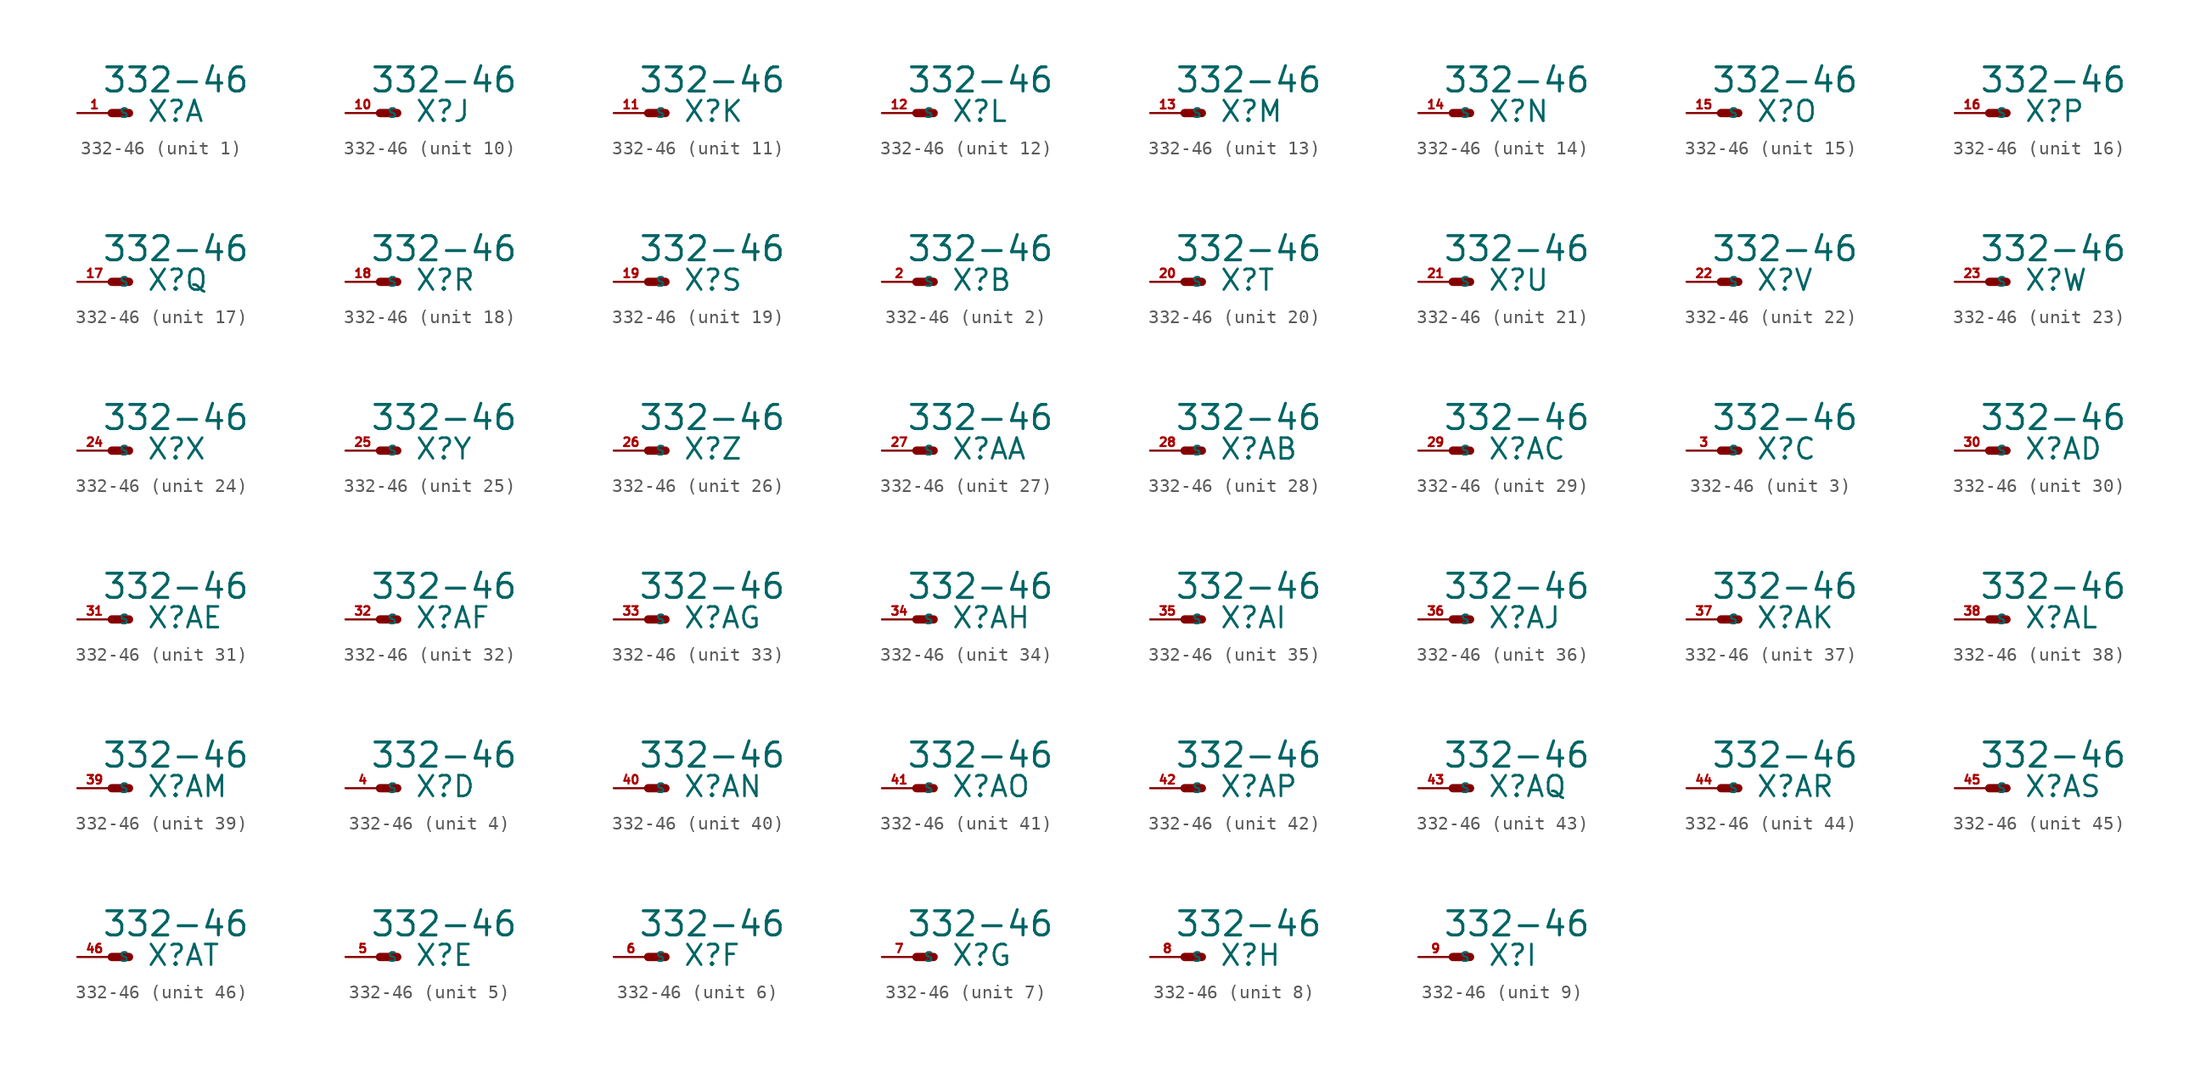
<source format=kicad_sym>
(kicad_symbol_lib
  (version 20220914)
  (generator Eagle2Kicad)
  (symbol "332-46"
    (property "Reference" "X"
      (at 2.54 -0.762 0)
      (effects (font (size 1.524 1.524) (thickness 0.19)) (justify left bottom)))
    (property "Value" "332-46"
      (at -0.762 1.397 0)
      (effects (font (size 1.778 1.778) (thickness 0.22)) (justify left bottom)))
    (symbol "332-46_1_0"
      (polyline (pts (xy 1.27 0) (xy 0 0)) (stroke (width 0.61) (type default)) (fill (type none)))
      (pin passive line (at -2.54 0 0) (length 2.54) (name "S" (effects (font (size 0.635 0.635) (thickness 0.08)) (justify left bottom))) (number "1" (effects (font (size 0.635 0.635) (thickness 0.08)) (justify left bottom)))))
    (symbol "332-46_2_0"
      (polyline (pts (xy 1.27 0) (xy 0 0)) (stroke (width 0.61) (type default)) (fill (type none)))
      (pin passive line (at -2.54 0 0) (length 2.54) (name "S" (effects (font (size 0.635 0.635) (thickness 0.08)) (justify left bottom))) (number "2" (effects (font (size 0.635 0.635) (thickness 0.08)) (justify left bottom)))))
    (symbol "332-46_3_0"
      (polyline (pts (xy 1.27 0) (xy 0 0)) (stroke (width 0.61) (type default)) (fill (type none)))
      (pin passive line (at -2.54 0 0) (length 2.54) (name "S" (effects (font (size 0.635 0.635) (thickness 0.08)) (justify left bottom))) (number "3" (effects (font (size 0.635 0.635) (thickness 0.08)) (justify left bottom)))))
    (symbol "332-46_4_0"
      (polyline (pts (xy 1.27 0) (xy 0 0)) (stroke (width 0.61) (type default)) (fill (type none)))
      (pin passive line (at -2.54 0 0) (length 2.54) (name "S" (effects (font (size 0.635 0.635) (thickness 0.08)) (justify left bottom))) (number "4" (effects (font (size 0.635 0.635) (thickness 0.08)) (justify left bottom)))))
    (symbol "332-46_5_0"
      (polyline (pts (xy 1.27 0) (xy 0 0)) (stroke (width 0.61) (type default)) (fill (type none)))
      (pin passive line (at -2.54 0 0) (length 2.54) (name "S" (effects (font (size 0.635 0.635) (thickness 0.08)) (justify left bottom))) (number "5" (effects (font (size 0.635 0.635) (thickness 0.08)) (justify left bottom)))))
    (symbol "332-46_6_0"
      (polyline (pts (xy 1.27 0) (xy 0 0)) (stroke (width 0.61) (type default)) (fill (type none)))
      (pin passive line (at -2.54 0 0) (length 2.54) (name "S" (effects (font (size 0.635 0.635) (thickness 0.08)) (justify left bottom))) (number "6" (effects (font (size 0.635 0.635) (thickness 0.08)) (justify left bottom)))))
    (symbol "332-46_7_0"
      (polyline (pts (xy 1.27 0) (xy 0 0)) (stroke (width 0.61) (type default)) (fill (type none)))
      (pin passive line (at -2.54 0 0) (length 2.54) (name "S" (effects (font (size 0.635 0.635) (thickness 0.08)) (justify left bottom))) (number "7" (effects (font (size 0.635 0.635) (thickness 0.08)) (justify left bottom)))))
    (symbol "332-46_8_0"
      (polyline (pts (xy 1.27 0) (xy 0 0)) (stroke (width 0.61) (type default)) (fill (type none)))
      (pin passive line (at -2.54 0 0) (length 2.54) (name "S" (effects (font (size 0.635 0.635) (thickness 0.08)) (justify left bottom))) (number "8" (effects (font (size 0.635 0.635) (thickness 0.08)) (justify left bottom)))))
    (symbol "332-46_9_0"
      (polyline (pts (xy 1.27 0) (xy 0 0)) (stroke (width 0.61) (type default)) (fill (type none)))
      (pin passive line (at -2.54 0 0) (length 2.54) (name "S" (effects (font (size 0.635 0.635) (thickness 0.08)) (justify left bottom))) (number "9" (effects (font (size 0.635 0.635) (thickness 0.08)) (justify left bottom)))))
    (symbol "332-46_10_0"
      (polyline (pts (xy 1.27 0) (xy 0 0)) (stroke (width 0.61) (type default)) (fill (type none)))
      (pin passive line (at -2.54 0 0) (length 2.54) (name "S" (effects (font (size 0.635 0.635) (thickness 0.08)) (justify left bottom))) (number "10" (effects (font (size 0.635 0.635) (thickness 0.08)) (justify left bottom)))))
    (symbol "332-46_11_0"
      (polyline (pts (xy 1.27 0) (xy 0 0)) (stroke (width 0.61) (type default)) (fill (type none)))
      (pin passive line (at -2.54 0 0) (length 2.54) (name "S" (effects (font (size 0.635 0.635) (thickness 0.08)) (justify left bottom))) (number "11" (effects (font (size 0.635 0.635) (thickness 0.08)) (justify left bottom)))))
    (symbol "332-46_12_0"
      (polyline (pts (xy 1.27 0) (xy 0 0)) (stroke (width 0.61) (type default)) (fill (type none)))
      (pin passive line (at -2.54 0 0) (length 2.54) (name "S" (effects (font (size 0.635 0.635) (thickness 0.08)) (justify left bottom))) (number "12" (effects (font (size 0.635 0.635) (thickness 0.08)) (justify left bottom)))))
    (symbol "332-46_13_0"
      (polyline (pts (xy 1.27 0) (xy 0 0)) (stroke (width 0.61) (type default)) (fill (type none)))
      (pin passive line (at -2.54 0 0) (length 2.54) (name "S" (effects (font (size 0.635 0.635) (thickness 0.08)) (justify left bottom))) (number "13" (effects (font (size 0.635 0.635) (thickness 0.08)) (justify left bottom)))))
    (symbol "332-46_14_0"
      (polyline (pts (xy 1.27 0) (xy 0 0)) (stroke (width 0.61) (type default)) (fill (type none)))
      (pin passive line (at -2.54 0 0) (length 2.54) (name "S" (effects (font (size 0.635 0.635) (thickness 0.08)) (justify left bottom))) (number "14" (effects (font (size 0.635 0.635) (thickness 0.08)) (justify left bottom)))))
    (symbol "332-46_15_0"
      (polyline (pts (xy 1.27 0) (xy 0 0)) (stroke (width 0.61) (type default)) (fill (type none)))
      (pin passive line (at -2.54 0 0) (length 2.54) (name "S" (effects (font (size 0.635 0.635) (thickness 0.08)) (justify left bottom))) (number "15" (effects (font (size 0.635 0.635) (thickness 0.08)) (justify left bottom)))))
    (symbol "332-46_16_0"
      (polyline (pts (xy 1.27 0) (xy 0 0)) (stroke (width 0.61) (type default)) (fill (type none)))
      (pin passive line (at -2.54 0 0) (length 2.54) (name "S" (effects (font (size 0.635 0.635) (thickness 0.08)) (justify left bottom))) (number "16" (effects (font (size 0.635 0.635) (thickness 0.08)) (justify left bottom)))))
    (symbol "332-46_17_0"
      (polyline (pts (xy 1.27 0) (xy 0 0)) (stroke (width 0.61) (type default)) (fill (type none)))
      (pin passive line (at -2.54 0 0) (length 2.54) (name "S" (effects (font (size 0.635 0.635) (thickness 0.08)) (justify left bottom))) (number "17" (effects (font (size 0.635 0.635) (thickness 0.08)) (justify left bottom)))))
    (symbol "332-46_18_0"
      (polyline (pts (xy 1.27 0) (xy 0 0)) (stroke (width 0.61) (type default)) (fill (type none)))
      (pin passive line (at -2.54 0 0) (length 2.54) (name "S" (effects (font (size 0.635 0.635) (thickness 0.08)) (justify left bottom))) (number "18" (effects (font (size 0.635 0.635) (thickness 0.08)) (justify left bottom)))))
    (symbol "332-46_19_0"
      (polyline (pts (xy 1.27 0) (xy 0 0)) (stroke (width 0.61) (type default)) (fill (type none)))
      (pin passive line (at -2.54 0 0) (length 2.54) (name "S" (effects (font (size 0.635 0.635) (thickness 0.08)) (justify left bottom))) (number "19" (effects (font (size 0.635 0.635) (thickness 0.08)) (justify left bottom)))))
    (symbol "332-46_20_0"
      (polyline (pts (xy 1.27 0) (xy 0 0)) (stroke (width 0.61) (type default)) (fill (type none)))
      (pin passive line (at -2.54 0 0) (length 2.54) (name "S" (effects (font (size 0.635 0.635) (thickness 0.08)) (justify left bottom))) (number "20" (effects (font (size 0.635 0.635) (thickness 0.08)) (justify left bottom)))))
    (symbol "332-46_21_0"
      (polyline (pts (xy 1.27 0) (xy 0 0)) (stroke (width 0.61) (type default)) (fill (type none)))
      (pin passive line (at -2.54 0 0) (length 2.54) (name "S" (effects (font (size 0.635 0.635) (thickness 0.08)) (justify left bottom))) (number "21" (effects (font (size 0.635 0.635) (thickness 0.08)) (justify left bottom)))))
    (symbol "332-46_22_0"
      (polyline (pts (xy 1.27 0) (xy 0 0)) (stroke (width 0.61) (type default)) (fill (type none)))
      (pin passive line (at -2.54 0 0) (length 2.54) (name "S" (effects (font (size 0.635 0.635) (thickness 0.08)) (justify left bottom))) (number "22" (effects (font (size 0.635 0.635) (thickness 0.08)) (justify left bottom)))))
    (symbol "332-46_23_0"
      (polyline (pts (xy 1.27 0) (xy 0 0)) (stroke (width 0.61) (type default)) (fill (type none)))
      (pin passive line (at -2.54 0 0) (length 2.54) (name "S" (effects (font (size 0.635 0.635) (thickness 0.08)) (justify left bottom))) (number "23" (effects (font (size 0.635 0.635) (thickness 0.08)) (justify left bottom)))))
    (symbol "332-46_24_0"
      (polyline (pts (xy 1.27 0) (xy 0 0)) (stroke (width 0.61) (type default)) (fill (type none)))
      (pin passive line (at -2.54 0 0) (length 2.54) (name "S" (effects (font (size 0.635 0.635) (thickness 0.08)) (justify left bottom))) (number "24" (effects (font (size 0.635 0.635) (thickness 0.08)) (justify left bottom)))))
    (symbol "332-46_25_0"
      (polyline (pts (xy 1.27 0) (xy 0 0)) (stroke (width 0.61) (type default)) (fill (type none)))
      (pin passive line (at -2.54 0 0) (length 2.54) (name "S" (effects (font (size 0.635 0.635) (thickness 0.08)) (justify left bottom))) (number "25" (effects (font (size 0.635 0.635) (thickness 0.08)) (justify left bottom)))))
    (symbol "332-46_26_0"
      (polyline (pts (xy 1.27 0) (xy 0 0)) (stroke (width 0.61) (type default)) (fill (type none)))
      (pin passive line (at -2.54 0 0) (length 2.54) (name "S" (effects (font (size 0.635 0.635) (thickness 0.08)) (justify left bottom))) (number "26" (effects (font (size 0.635 0.635) (thickness 0.08)) (justify left bottom)))))
    (symbol "332-46_27_0"
      (polyline (pts (xy 1.27 0) (xy 0 0)) (stroke (width 0.61) (type default)) (fill (type none)))
      (pin passive line (at -2.54 0 0) (length 2.54) (name "S" (effects (font (size 0.635 0.635) (thickness 0.08)) (justify left bottom))) (number "27" (effects (font (size 0.635 0.635) (thickness 0.08)) (justify left bottom)))))
    (symbol "332-46_28_0"
      (polyline (pts (xy 1.27 0) (xy 0 0)) (stroke (width 0.61) (type default)) (fill (type none)))
      (pin passive line (at -2.54 0 0) (length 2.54) (name "S" (effects (font (size 0.635 0.635) (thickness 0.08)) (justify left bottom))) (number "28" (effects (font (size 0.635 0.635) (thickness 0.08)) (justify left bottom)))))
    (symbol "332-46_29_0"
      (polyline (pts (xy 1.27 0) (xy 0 0)) (stroke (width 0.61) (type default)) (fill (type none)))
      (pin passive line (at -2.54 0 0) (length 2.54) (name "S" (effects (font (size 0.635 0.635) (thickness 0.08)) (justify left bottom))) (number "29" (effects (font (size 0.635 0.635) (thickness 0.08)) (justify left bottom)))))
    (symbol "332-46_30_0"
      (polyline (pts (xy 1.27 0) (xy 0 0)) (stroke (width 0.61) (type default)) (fill (type none)))
      (pin passive line (at -2.54 0 0) (length 2.54) (name "S" (effects (font (size 0.635 0.635) (thickness 0.08)) (justify left bottom))) (number "30" (effects (font (size 0.635 0.635) (thickness 0.08)) (justify left bottom)))))
    (symbol "332-46_31_0"
      (polyline (pts (xy 1.27 0) (xy 0 0)) (stroke (width 0.61) (type default)) (fill (type none)))
      (pin passive line (at -2.54 0 0) (length 2.54) (name "S" (effects (font (size 0.635 0.635) (thickness 0.08)) (justify left bottom))) (number "31" (effects (font (size 0.635 0.635) (thickness 0.08)) (justify left bottom)))))
    (symbol "332-46_32_0"
      (polyline (pts (xy 1.27 0) (xy 0 0)) (stroke (width 0.61) (type default)) (fill (type none)))
      (pin passive line (at -2.54 0 0) (length 2.54) (name "S" (effects (font (size 0.635 0.635) (thickness 0.08)) (justify left bottom))) (number "32" (effects (font (size 0.635 0.635) (thickness 0.08)) (justify left bottom)))))
    (symbol "332-46_33_0"
      (polyline (pts (xy 1.27 0) (xy 0 0)) (stroke (width 0.61) (type default)) (fill (type none)))
      (pin passive line (at -2.54 0 0) (length 2.54) (name "S" (effects (font (size 0.635 0.635) (thickness 0.08)) (justify left bottom))) (number "33" (effects (font (size 0.635 0.635) (thickness 0.08)) (justify left bottom)))))
    (symbol "332-46_34_0"
      (polyline (pts (xy 1.27 0) (xy 0 0)) (stroke (width 0.61) (type default)) (fill (type none)))
      (pin passive line (at -2.54 0 0) (length 2.54) (name "S" (effects (font (size 0.635 0.635) (thickness 0.08)) (justify left bottom))) (number "34" (effects (font (size 0.635 0.635) (thickness 0.08)) (justify left bottom)))))
    (symbol "332-46_35_0"
      (polyline (pts (xy 1.27 0) (xy 0 0)) (stroke (width 0.61) (type default)) (fill (type none)))
      (pin passive line (at -2.54 0 0) (length 2.54) (name "S" (effects (font (size 0.635 0.635) (thickness 0.08)) (justify left bottom))) (number "35" (effects (font (size 0.635 0.635) (thickness 0.08)) (justify left bottom)))))
    (symbol "332-46_36_0"
      (polyline (pts (xy 1.27 0) (xy 0 0)) (stroke (width 0.61) (type default)) (fill (type none)))
      (pin passive line (at -2.54 0 0) (length 2.54) (name "S" (effects (font (size 0.635 0.635) (thickness 0.08)) (justify left bottom))) (number "36" (effects (font (size 0.635 0.635) (thickness 0.08)) (justify left bottom)))))
    (symbol "332-46_37_0"
      (polyline (pts (xy 1.27 0) (xy 0 0)) (stroke (width 0.61) (type default)) (fill (type none)))
      (pin passive line (at -2.54 0 0) (length 2.54) (name "S" (effects (font (size 0.635 0.635) (thickness 0.08)) (justify left bottom))) (number "37" (effects (font (size 0.635 0.635) (thickness 0.08)) (justify left bottom)))))
    (symbol "332-46_38_0"
      (polyline (pts (xy 1.27 0) (xy 0 0)) (stroke (width 0.61) (type default)) (fill (type none)))
      (pin passive line (at -2.54 0 0) (length 2.54) (name "S" (effects (font (size 0.635 0.635) (thickness 0.08)) (justify left bottom))) (number "38" (effects (font (size 0.635 0.635) (thickness 0.08)) (justify left bottom)))))
    (symbol "332-46_39_0"
      (polyline (pts (xy 1.27 0) (xy 0 0)) (stroke (width 0.61) (type default)) (fill (type none)))
      (pin passive line (at -2.54 0 0) (length 2.54) (name "S" (effects (font (size 0.635 0.635) (thickness 0.08)) (justify left bottom))) (number "39" (effects (font (size 0.635 0.635) (thickness 0.08)) (justify left bottom)))))
    (symbol "332-46_40_0"
      (polyline (pts (xy 1.27 0) (xy 0 0)) (stroke (width 0.61) (type default)) (fill (type none)))
      (pin passive line (at -2.54 0 0) (length 2.54) (name "S" (effects (font (size 0.635 0.635) (thickness 0.08)) (justify left bottom))) (number "40" (effects (font (size 0.635 0.635) (thickness 0.08)) (justify left bottom)))))
    (symbol "332-46_41_0"
      (polyline (pts (xy 1.27 0) (xy 0 0)) (stroke (width 0.61) (type default)) (fill (type none)))
      (pin passive line (at -2.54 0 0) (length 2.54) (name "S" (effects (font (size 0.635 0.635) (thickness 0.08)) (justify left bottom))) (number "41" (effects (font (size 0.635 0.635) (thickness 0.08)) (justify left bottom)))))
    (symbol "332-46_42_0"
      (polyline (pts (xy 1.27 0) (xy 0 0)) (stroke (width 0.61) (type default)) (fill (type none)))
      (pin passive line (at -2.54 0 0) (length 2.54) (name "S" (effects (font (size 0.635 0.635) (thickness 0.08)) (justify left bottom))) (number "42" (effects (font (size 0.635 0.635) (thickness 0.08)) (justify left bottom)))))
    (symbol "332-46_43_0"
      (polyline (pts (xy 1.27 0) (xy 0 0)) (stroke (width 0.61) (type default)) (fill (type none)))
      (pin passive line (at -2.54 0 0) (length 2.54) (name "S" (effects (font (size 0.635 0.635) (thickness 0.08)) (justify left bottom))) (number "43" (effects (font (size 0.635 0.635) (thickness 0.08)) (justify left bottom)))))
    (symbol "332-46_44_0"
      (polyline (pts (xy 1.27 0) (xy 0 0)) (stroke (width 0.61) (type default)) (fill (type none)))
      (pin passive line (at -2.54 0 0) (length 2.54) (name "S" (effects (font (size 0.635 0.635) (thickness 0.08)) (justify left bottom))) (number "44" (effects (font (size 0.635 0.635) (thickness 0.08)) (justify left bottom)))))
    (symbol "332-46_45_0"
      (polyline (pts (xy 1.27 0) (xy 0 0)) (stroke (width 0.61) (type default)) (fill (type none)))
      (pin passive line (at -2.54 0 0) (length 2.54) (name "S" (effects (font (size 0.635 0.635) (thickness 0.08)) (justify left bottom))) (number "45" (effects (font (size 0.635 0.635) (thickness 0.08)) (justify left bottom)))))
    (symbol "332-46_46_0"
      (polyline (pts (xy 1.27 0) (xy 0 0)) (stroke (width 0.61) (type default)) (fill (type none)))
      (pin passive line (at -2.54 0 0) (length 2.54) (name "S" (effects (font (size 0.635 0.635) (thickness 0.08)) (justify left bottom))) (number "46" (effects (font (size 0.635 0.635) (thickness 0.08)) (justify left bottom)))))))
</source>
